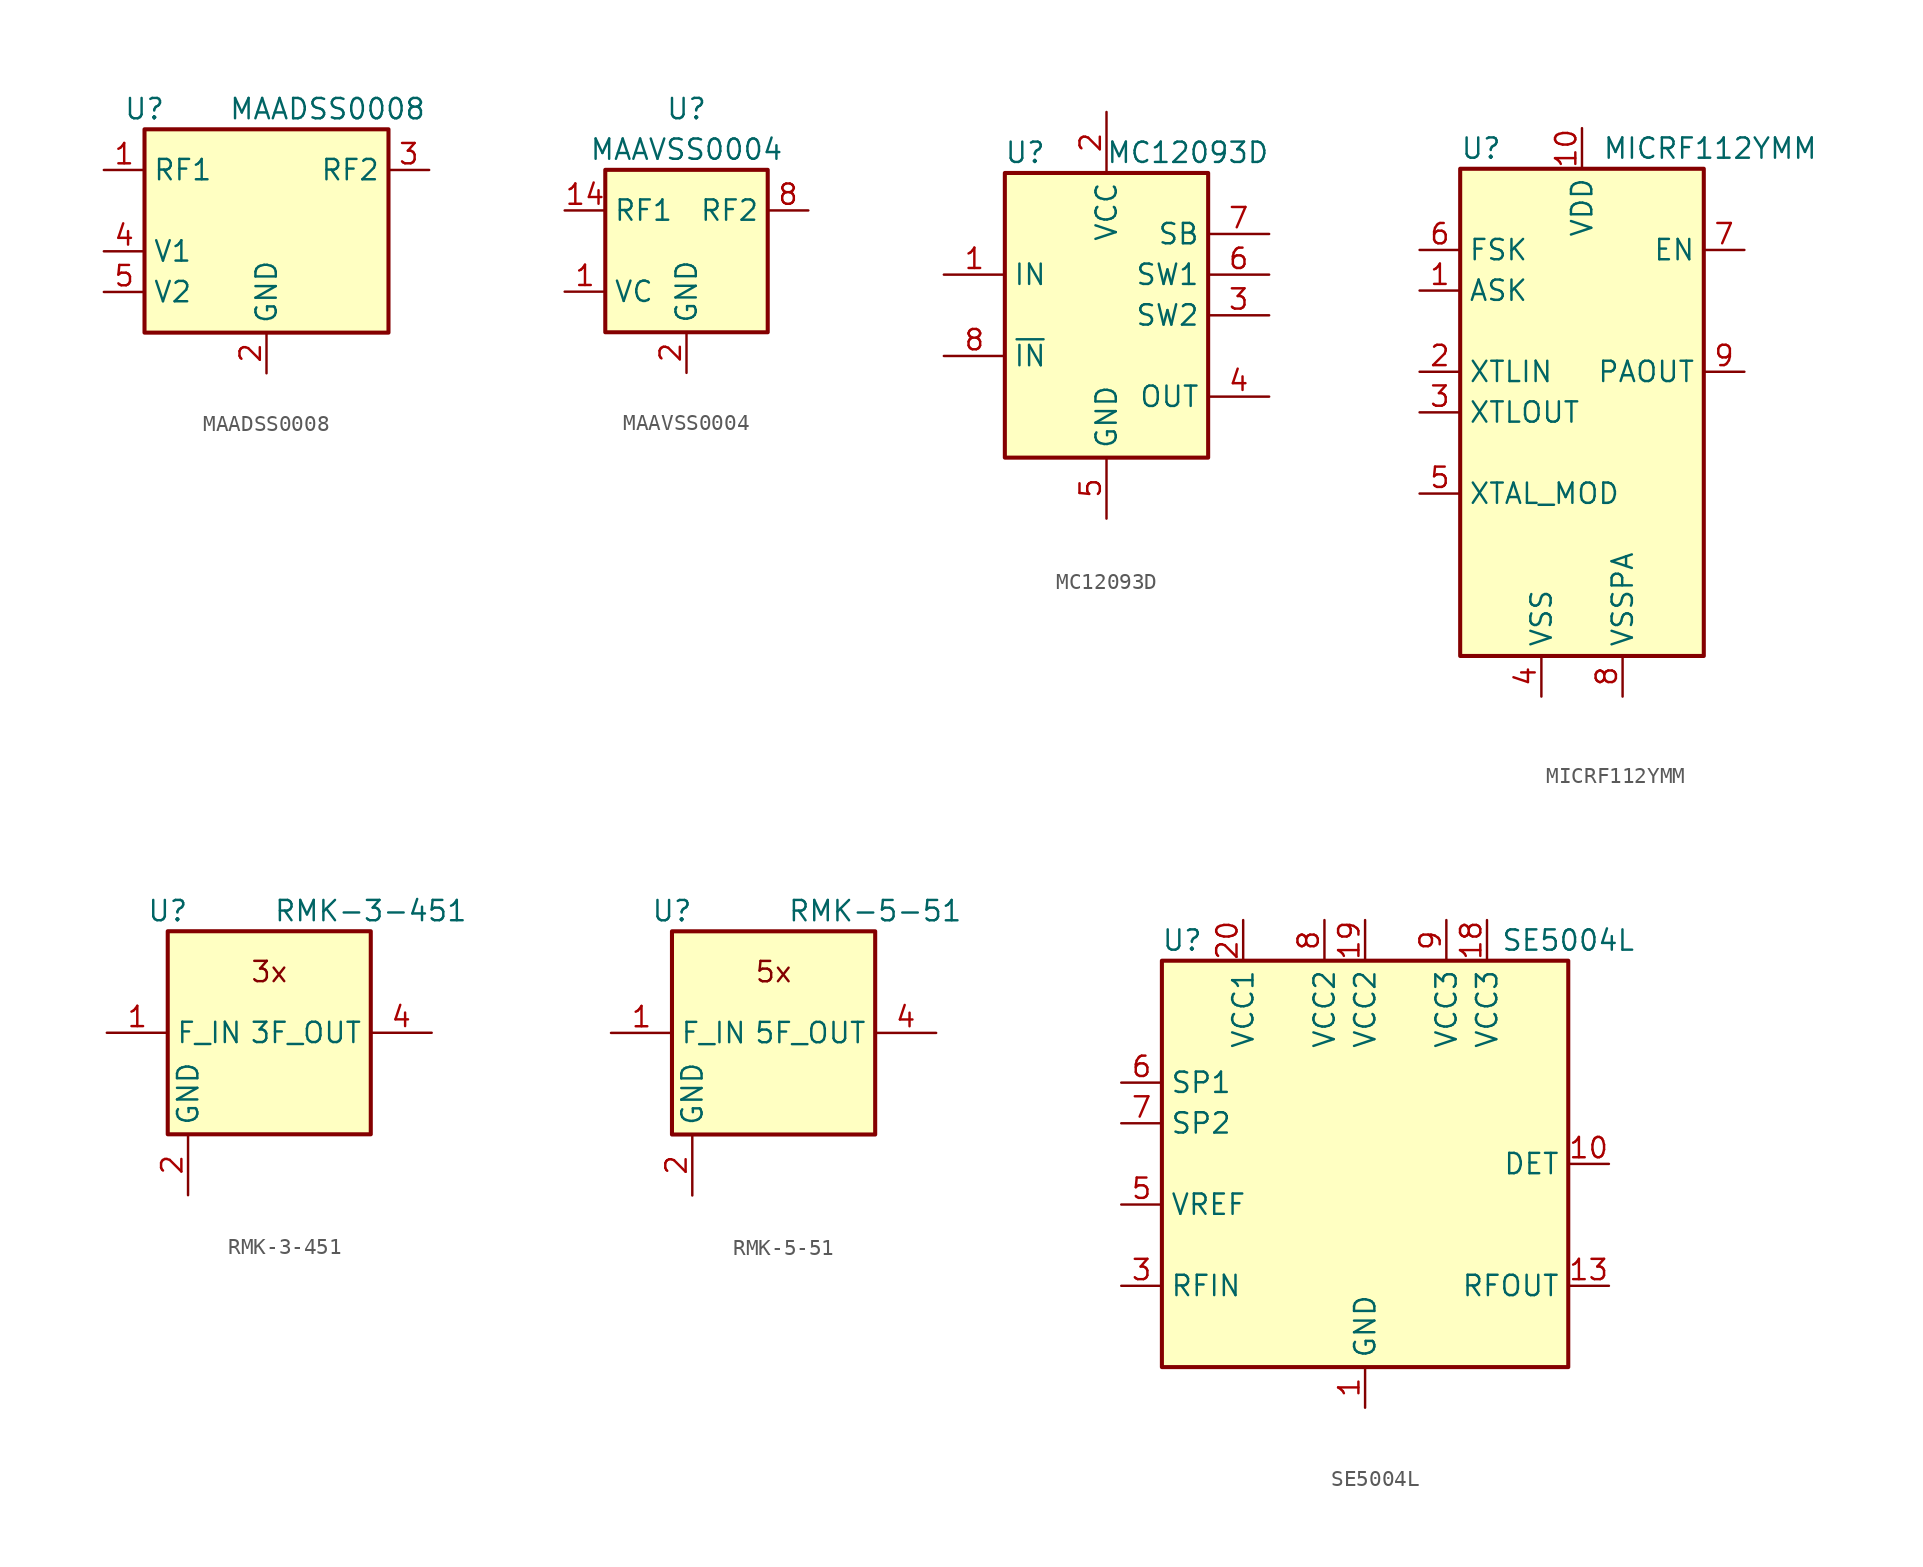
<source format=kicad_sym>
(kicad_symbol_lib
  (version 20220914)
  (generator kicad_symbol_editor)
  (symbol "MAADSS0008"
    (property "Reference" "U"
      (at -7.62 6.35 0)
      (effects (font (size 1.27 1.27))))
    (property "Value" "MAADSS0008"
      (at 3.81 6.35 0)
      (effects (font (size 1.27 1.27))))
    (symbol "MAADSS0008_0_1"
      (rectangle (start -7.62 5.08) (end 7.62 -7.62) (stroke (width 0.254) (type default)) (fill (type background))))
    (symbol "MAADSS0008_1_1"
      (pin passive line (at -10.16 2.54 0) (length 2.54) (name "RF1" (effects (font (size 1.27 1.27)))) (number "1" (effects (font (size 1.27 1.27)))))
      (pin passive line (at 0 -10.16 90) (length 2.54) (name "GND" (effects (font (size 1.27 1.27)))) (number "2" (effects (font (size 1.27 1.27)))))
      (pin passive line (at 10.16 2.54 180) (length 2.54) (name "RF2" (effects (font (size 1.27 1.27)))) (number "3" (effects (font (size 1.27 1.27)))))
      (pin input line (at -10.16 -2.54 0) (length 2.54) (name "V1" (effects (font (size 1.27 1.27)))) (number "4" (effects (font (size 1.27 1.27)))))
      (pin input line (at -10.16 -5.08 0) (length 2.54) (name "V2" (effects (font (size 1.27 1.27)))) (number "5" (effects (font (size 1.27 1.27)))))))
  (symbol "MAAVSS0004"
    (property "Reference" "U"
      (at 0 8.89 0)
      (effects (font (size 1.27 1.27))))
    (property "Value" "MAAVSS0004"
      (at 0 6.35 0)
      (effects (font (size 1.27 1.27))))
    (symbol "MAAVSS0004_0_1"
      (rectangle (start -5.08 5.08) (end 5.08 -5.08) (stroke (width 0.254) (type default)) (fill (type background))))
    (symbol "MAAVSS0004_1_1"
      (pin input line (at -7.62 -2.54 0) (length 2.54) (name "VC" (effects (font (size 1.27 1.27)))) (number "1" (effects (font (size 1.27 1.27)))))
      (pin passive line (at 0 -7.62 90) (length 2.54) hide (name "GND" (effects (font (size 1.27 1.27)))) (number "10" (effects (font (size 1.27 1.27)))))
      (pin passive line (at 0 -7.62 90) (length 2.54) hide (name "GND" (effects (font (size 1.27 1.27)))) (number "11" (effects (font (size 1.27 1.27)))))
      (pin passive line (at 0 -7.62 90) (length 2.54) hide (name "GND" (effects (font (size 1.27 1.27)))) (number "12" (effects (font (size 1.27 1.27)))))
      (pin passive line (at 0 -7.62 90) (length 2.54) hide (name "GND" (effects (font (size 1.27 1.27)))) (number "13" (effects (font (size 1.27 1.27)))))
      (pin passive line (at -7.62 2.54 0) (length 2.54) (name "RF1" (effects (font (size 1.27 1.27)))) (number "14" (effects (font (size 1.27 1.27)))))
      (pin power_in line (at 0 -7.62 90) (length 2.54) (name "GND" (effects (font (size 1.27 1.27)))) (number "2" (effects (font (size 1.27 1.27)))))
      (pin passive line (at 0 -7.62 90) (length 2.54) hide (name "GND" (effects (font (size 1.27 1.27)))) (number "3" (effects (font (size 1.27 1.27)))))
      (pin passive line (at 0 -7.62 90) (length 2.54) hide (name "GND" (effects (font (size 1.27 1.27)))) (number "4" (effects (font (size 1.27 1.27)))))
      (pin passive line (at 0 -7.62 90) (length 2.54) hide (name "GND" (effects (font (size 1.27 1.27)))) (number "5" (effects (font (size 1.27 1.27)))))
      (pin passive line (at 0 -7.62 90) (length 2.54) hide (name "GND" (effects (font (size 1.27 1.27)))) (number "6" (effects (font (size 1.27 1.27)))))
      (pin passive line (at 0 -7.62 90) (length 2.54) hide (name "GND" (effects (font (size 1.27 1.27)))) (number "7" (effects (font (size 1.27 1.27)))))
      (pin passive line (at 7.62 2.54 180) (length 2.54) (name "RF2" (effects (font (size 1.27 1.27)))) (number "8" (effects (font (size 1.27 1.27)))))
      (pin passive line (at 0 -7.62 90) (length 2.54) hide (name "GND" (effects (font (size 1.27 1.27)))) (number "9" (effects (font (size 1.27 1.27)))))))
  (symbol "MC12093D"
    (property "Reference" "U"
      (at -5.08 10.16 0)
      (effects (font (size 1.27 1.27))))
    (property "Value" "MC12093D"
      (at 5.08 10.16 0)
      (effects (font (size 1.27 1.27))))
    (symbol "MC12093D_0_1"
      (rectangle (start -6.35 8.89) (end 6.35 -8.89) (stroke (width 0.254) (type default)) (fill (type background))))
    (symbol "MC12093D_1_1"
      (pin input line (at -10.16 2.54 0) (length 3.81) (name "IN" (effects (font (size 1.27 1.27)))) (number "1" (effects (font (size 1.27 1.27)))))
      (pin power_in line (at 0 12.7 270) (length 3.81) (name "VCC" (effects (font (size 1.27 1.27)))) (number "2" (effects (font (size 1.27 1.27)))))
      (pin input line (at 10.16 0 180) (length 3.81) (name "SW2" (effects (font (size 1.27 1.27)))) (number "3" (effects (font (size 1.27 1.27)))))
      (pin output line (at 10.16 -5.08 180) (length 3.81) (name "OUT" (effects (font (size 1.27 1.27)))) (number "4" (effects (font (size 1.27 1.27)))))
      (pin power_in line (at 0 -12.7 90) (length 3.81) (name "GND" (effects (font (size 1.27 1.27)))) (number "5" (effects (font (size 1.27 1.27)))))
      (pin input line (at 10.16 2.54 180) (length 3.81) (name "SW1" (effects (font (size 1.27 1.27)))) (number "6" (effects (font (size 1.27 1.27)))))
      (pin input line (at 10.16 5.08 180) (length 3.81) (name "SB" (effects (font (size 1.27 1.27)))) (number "7" (effects (font (size 1.27 1.27)))))
      (pin input line (at -10.16 -2.54 0) (length 3.81) (name "~{IN}" (effects (font (size 1.27 1.27)))) (number "8" (effects (font (size 1.27 1.27)))))))
  (symbol "MICRF112YMM"
    (property "Reference" "U"
      (at -7.62 16.51 0)
      (effects (font (size 1.27 1.27)) (justify left)))
    (property "Value" "MICRF112YMM"
      (at 1.27 16.51 0)
      (effects (font (size 1.27 1.27)) (justify left)))
    (symbol "MICRF112YMM_0_1"
      (polyline (pts (xy 7.62 15.24) (xy -7.62 15.24) (xy -7.62 -15.24) (xy 7.62 -15.24) (xy 7.62 15.24)) (stroke (width 0.254) (type default)) (fill (type background))))
    (symbol "MICRF112YMM_1_1"
      (pin input line (at -10.16 7.62 0) (length 2.54) (name "ASK" (effects (font (size 1.27 1.27)))) (number "1" (effects (font (size 1.27 1.27)))))
      (pin power_in line (at 0 17.78 270) (length 2.54) (name "VDD" (effects (font (size 1.27 1.27)))) (number "10" (effects (font (size 1.27 1.27)))))
      (pin input line (at -10.16 2.54 0) (length 2.54) (name "XTLIN" (effects (font (size 1.27 1.27)))) (number "2" (effects (font (size 1.27 1.27)))))
      (pin output line (at -10.16 0 0) (length 2.54) (name "XTLOUT" (effects (font (size 1.27 1.27)))) (number "3" (effects (font (size 1.27 1.27)))))
      (pin power_in line (at -2.54 -17.78 90) (length 2.54) (name "VSS" (effects (font (size 1.27 1.27)))) (number "4" (effects (font (size 1.27 1.27)))))
      (pin passive line (at -10.16 -5.08 0) (length 2.54) (name "XTAL_MOD" (effects (font (size 1.27 1.27)))) (number "5" (effects (font (size 1.27 1.27)))))
      (pin input line (at -10.16 10.16 0) (length 2.54) (name "FSK" (effects (font (size 1.27 1.27)))) (number "6" (effects (font (size 1.27 1.27)))))
      (pin input line (at 10.16 10.16 180) (length 2.54) (name "EN" (effects (font (size 1.27 1.27)))) (number "7" (effects (font (size 1.27 1.27)))))
      (pin power_in line (at 2.54 -17.78 90) (length 2.54) (name "VSSPA" (effects (font (size 1.27 1.27)))) (number "8" (effects (font (size 1.27 1.27)))))
      (pin output line (at 10.16 2.54 180) (length 2.54) (name "PAOUT" (effects (font (size 1.27 1.27)))) (number "9" (effects (font (size 1.27 1.27)))))))
  (symbol "RMK-3-451"
    (property "Reference" "U"
      (at -6.35 7.62 0)
      (effects (font (size 1.27 1.27))))
    (property "Value" "RMK-3-451"
      (at 6.35 7.62 0)
      (effects (font (size 1.27 1.27))))
    (symbol "RMK-3-451_0_0"
      (text "3x" (at 0 3.81 0) (effects (font (size 1.27 1.27)))))
    (symbol "RMK-3-451_0_1"
      (rectangle (start -6.35 6.35) (end 6.35 -6.35) (stroke (width 0.254) (type default)) (fill (type background))))
    (symbol "RMK-3-451_1_1"
      (pin input line (at -10.16 0 0) (length 3.81) (name "F_IN" (effects (font (size 1.27 1.27)))) (number "1" (effects (font (size 1.27 1.27)))))
      (pin power_in line (at -5.08 -10.16 90) (length 3.81) (name "GND" (effects (font (size 1.27 1.27)))) (number "2" (effects (font (size 1.27 1.27)))))
      (pin passive line (at -5.08 -10.16 90) (length 3.81) hide (name "GND" (effects (font (size 1.27 1.27)))) (number "3" (effects (font (size 1.27 1.27)))))
      (pin output line (at 10.16 0 180) (length 3.81) (name "3F_OUT" (effects (font (size 1.27 1.27)))) (number "4" (effects (font (size 1.27 1.27)))))
      (pin passive line (at -5.08 -10.16 90) (length 3.81) hide (name "GND" (effects (font (size 1.27 1.27)))) (number "5" (effects (font (size 1.27 1.27)))))
      (pin passive line (at -5.08 -10.16 90) (length 3.81) hide (name "GND" (effects (font (size 1.27 1.27)))) (number "6" (effects (font (size 1.27 1.27)))))))
  (symbol "RMK-5-51"
    (property "Reference" "U"
      (at -6.35 7.62 0)
      (effects (font (size 1.27 1.27))))
    (property "Value" "RMK-5-51"
      (at 6.35 7.62 0)
      (effects (font (size 1.27 1.27))))
    (symbol "RMK-5-51_0_0"
      (text "5x" (at 0 3.81 0) (effects (font (size 1.27 1.27)))))
    (symbol "RMK-5-51_0_1"
      (rectangle (start -6.35 6.35) (end 6.35 -6.35) (stroke (width 0.254) (type default)) (fill (type background))))
    (symbol "RMK-5-51_1_1"
      (pin input line (at -10.16 0 0) (length 3.81) (name "F_IN" (effects (font (size 1.27 1.27)))) (number "1" (effects (font (size 1.27 1.27)))))
      (pin power_in line (at -5.08 -10.16 90) (length 3.81) (name "GND" (effects (font (size 1.27 1.27)))) (number "2" (effects (font (size 1.27 1.27)))))
      (pin passive line (at -5.08 -10.16 90) (length 3.81) hide (name "GND" (effects (font (size 1.27 1.27)))) (number "3" (effects (font (size 1.27 1.27)))))
      (pin output line (at 10.16 0 180) (length 3.81) (name "5F_OUT" (effects (font (size 1.27 1.27)))) (number "4" (effects (font (size 1.27 1.27)))))
      (pin passive line (at -5.08 -10.16 90) (length 3.81) hide (name "GND" (effects (font (size 1.27 1.27)))) (number "5" (effects (font (size 1.27 1.27)))))
      (pin passive line (at -5.08 -10.16 90) (length 3.81) hide (name "GND" (effects (font (size 1.27 1.27)))) (number "6" (effects (font (size 1.27 1.27)))))))
  (symbol "SE5004L"
    (property "Reference" "U"
      (at -11.43 13.97 0)
      (effects (font (size 1.27 1.27))))
    (property "Value" "SE5004L"
      (at 12.7 13.97 0)
      (effects (font (size 1.27 1.27))))
    (symbol "SE5004L_0_1"
      (rectangle (start -12.7 12.7) (end 12.7 -12.7) (stroke (width 0.254) (type default)) (fill (type background))))
    (symbol "SE5004L_1_1"
      (pin power_in line (at 0 -15.24 90) (length 2.54) (name "GND" (effects (font (size 1.27 1.27)))) (number "1" (effects (font (size 1.27 1.27)))))
      (pin output line (at 15.24 0 180) (length 2.54) (name "DET" (effects (font (size 1.27 1.27)))) (number "10" (effects (font (size 1.27 1.27)))))
      (pin passive line (at 0 -15.24 90) (length 2.54) hide (name "GND" (effects (font (size 1.27 1.27)))) (number "11" (effects (font (size 1.27 1.27)))))
      (pin passive line (at 0 -15.24 90) (length 2.54) hide (name "GND" (effects (font (size 1.27 1.27)))) (number "12" (effects (font (size 1.27 1.27)))))
      (pin output line (at 15.24 -7.62 180) (length 2.54) (name "RFOUT" (effects (font (size 1.27 1.27)))) (number "13" (effects (font (size 1.27 1.27)))))
      (pin passive line (at 0 -15.24 90) (length 2.54) hide (name "GND" (effects (font (size 1.27 1.27)))) (number "14" (effects (font (size 1.27 1.27)))))
      (pin passive line (at 0 -15.24 90) (length 2.54) hide (name "GND" (effects (font (size 1.27 1.27)))) (number "15" (effects (font (size 1.27 1.27)))))
      (pin passive line (at 0 -15.24 90) (length 2.54) hide (name "GND" (effects (font (size 1.27 1.27)))) (number "16" (effects (font (size 1.27 1.27)))))
      (pin passive line (at 0 -15.24 90) (length 2.54) hide (name "GND" (effects (font (size 1.27 1.27)))) (number "17" (effects (font (size 1.27 1.27)))))
      (pin power_in line (at 7.62 15.24 270) (length 2.54) (name "VCC3" (effects (font (size 1.27 1.27)))) (number "18" (effects (font (size 1.27 1.27)))))
      (pin power_in line (at 0 15.24 270) (length 2.54) (name "VCC2" (effects (font (size 1.27 1.27)))) (number "19" (effects (font (size 1.27 1.27)))))
      (pin passive line (at 0 -15.24 90) (length 2.54) hide (name "GND" (effects (font (size 1.27 1.27)))) (number "2" (effects (font (size 1.27 1.27)))))
      (pin power_in line (at -7.62 15.24 270) (length 2.54) (name "VCC1" (effects (font (size 1.27 1.27)))) (number "20" (effects (font (size 1.27 1.27)))))
      (pin passive line (at 0 -15.24 90) (length 2.54) hide (name "GND" (effects (font (size 1.27 1.27)))) (number "21" (effects (font (size 1.27 1.27)))))
      (pin input line (at -15.24 -7.62 0) (length 2.54) (name "RFIN" (effects (font (size 1.27 1.27)))) (number "3" (effects (font (size 1.27 1.27)))))
      (pin passive line (at 0 -15.24 90) (length 2.54) hide (name "GND" (effects (font (size 1.27 1.27)))) (number "4" (effects (font (size 1.27 1.27)))))
      (pin input line (at -15.24 -2.54 0) (length 2.54) (name "VREF" (effects (font (size 1.27 1.27)))) (number "5" (effects (font (size 1.27 1.27)))))
      (pin passive line (at -15.24 5.08 0) (length 2.54) (name "SP1" (effects (font (size 1.27 1.27)))) (number "6" (effects (font (size 1.27 1.27)))))
      (pin passive line (at -15.24 2.54 0) (length 2.54) (name "SP2" (effects (font (size 1.27 1.27)))) (number "7" (effects (font (size 1.27 1.27)))))
      (pin power_in line (at -2.54 15.24 270) (length 2.54) (name "VCC2" (effects (font (size 1.27 1.27)))) (number "8" (effects (font (size 1.27 1.27)))))
      (pin power_in line (at 5.08 15.24 270) (length 2.54) (name "VCC3" (effects (font (size 1.27 1.27)))) (number "9" (effects (font (size 1.27 1.27))))))))
</source>
